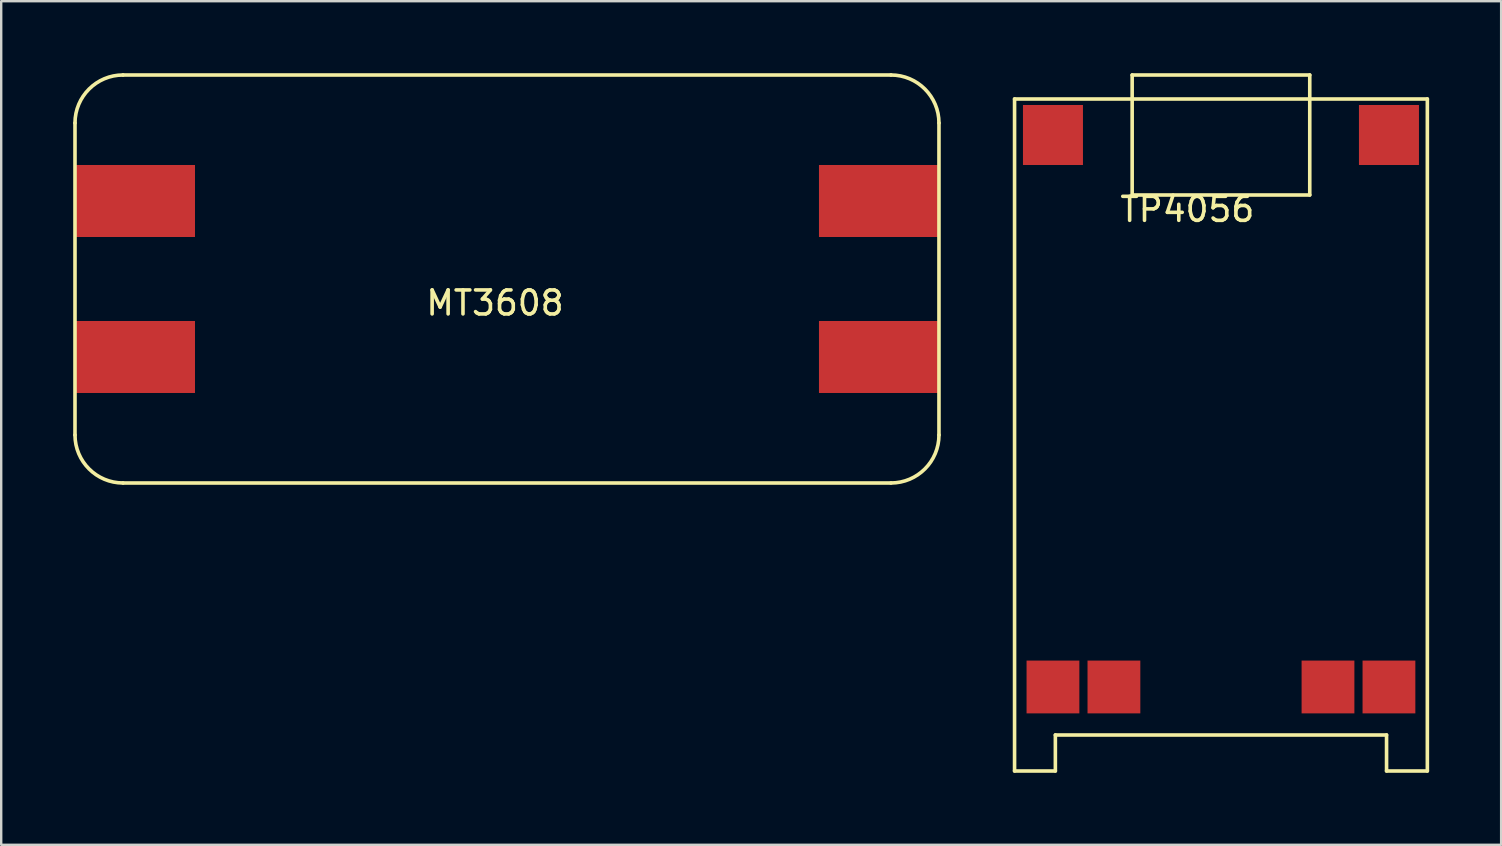
<source format=kicad_pcb>
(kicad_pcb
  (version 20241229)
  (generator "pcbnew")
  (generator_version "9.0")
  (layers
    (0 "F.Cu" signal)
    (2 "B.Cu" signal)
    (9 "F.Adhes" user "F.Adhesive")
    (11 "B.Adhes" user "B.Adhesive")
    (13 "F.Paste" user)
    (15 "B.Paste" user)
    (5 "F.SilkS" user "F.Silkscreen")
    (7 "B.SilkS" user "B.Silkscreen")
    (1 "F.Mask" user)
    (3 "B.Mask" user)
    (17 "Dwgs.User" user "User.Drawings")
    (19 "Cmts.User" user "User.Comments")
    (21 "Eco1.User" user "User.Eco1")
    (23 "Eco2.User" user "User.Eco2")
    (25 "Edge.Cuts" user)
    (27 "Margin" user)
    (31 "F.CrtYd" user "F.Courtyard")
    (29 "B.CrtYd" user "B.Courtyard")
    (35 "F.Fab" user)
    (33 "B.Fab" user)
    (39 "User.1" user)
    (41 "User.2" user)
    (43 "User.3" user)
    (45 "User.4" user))
  (footprint "MT3608"
    (layer "F.Cu")
    (at 18.075 8.575)
    (property "Reference" "MT3608" (at -0.5 1 0) (layer "F.SilkS") (effects (font (size 1 1) (thickness 0.15))))
    (attr through_hole)
    (fp_line (start -18 -6.5) (end -18 6.5) (stroke (width 0.15) (type solid)) (layer "F.SilkS"))
    (fp_line (start -16 8.5) (end 16 8.5) (stroke (width 0.15) (type solid)) (layer "F.SilkS"))
    (fp_line (start 16 -8.5) (end -16 -8.5) (stroke (width 0.15) (type solid)) (layer "F.SilkS"))
    (fp_line (start 18 6.5) (end 18 -6.5) (stroke (width 0.15) (type solid)) (layer "F.SilkS"))
    (fp_arc (start -18 -6.5) (mid -17.414214 -7.914214) (end -16 -8.5) (stroke (width 0.15) (type solid)) (layer "F.SilkS"))
    (fp_arc (start -16 8.5) (mid -17.414214 7.914214) (end -18 6.5) (stroke (width 0.15) (type solid)) (layer "F.SilkS"))
    (fp_arc (start 16 -8.5) (mid 17.414214 -7.914214) (end 18 -6.5) (stroke (width 0.15) (type solid)) (layer "F.SilkS"))
    (fp_arc (start 18 6.5) (mid 17.414214 7.914214) (end 16 8.5) (stroke (width 0.15) (type solid)) (layer "F.SilkS"))
    (pad "1" smd rect (at 15.5 -3.25) (size 5 3) (layers "F.Cu" "F.Mask" "F.Paste"))
    (pad "2" smd rect (at 15.5 3.25) (size 5 3) (layers "F.Cu" "F.Mask" "F.Paste"))
    (pad "3" smd rect (at -15.5 -3.25) (size 5 3) (layers "F.Cu" "F.Mask" "F.Paste"))
    (pad "4" smd rect (at -15.5 3.25) (size 5 3) (layers "F.Cu" "F.Mask" "F.Paste")))
  (footprint "TP4056"
    (layer "F.Cu")
    (at 47.825 2.575)
    (property "Reference" "TP4056" (at -1.4 3.1 0) (layer "F.SilkS") (effects (font (size 1 1) (thickness 0.15))))
    (attr through_hole)
    (fp_line (start -8.6 -1.5) (end 8.6 -1.5) (stroke (width 0.15) (type solid)) (layer "F.SilkS"))
    (fp_line (start -8.6 26.5) (end -8.6 -1.5) (stroke (width 0.15) (type solid)) (layer "F.SilkS"))
    (fp_line (start -6.9 25) (end -6.9 26.5) (stroke (width 0.15) (type solid)) (layer "F.SilkS"))
    (fp_line (start -6.9 26.5) (end -8.6 26.5) (stroke (width 0.15) (type solid)) (layer "F.SilkS"))
    (fp_line (start -3.7 -2.5) (end 3.7 -2.5) (stroke (width 0.15) (type solid)) (layer "F.SilkS"))
    (fp_line (start -3.7 2.5) (end -3.7 -2.5) (stroke (width 0.15) (type solid)) (layer "F.SilkS"))
    (fp_line (start 3.7 -2.5) (end 3.7 -1.5) (stroke (width 0.15) (type solid)) (layer "F.SilkS"))
    (fp_line (start 3.7 -1.5) (end 3.7 2.5) (stroke (width 0.15) (type solid)) (layer "F.SilkS"))
    (fp_line (start 3.7 2.5) (end -3.7 2.5) (stroke (width 0.15) (type solid)) (layer "F.SilkS"))
    (fp_line (start 6.9 25) (end -6.9 25) (stroke (width 0.15) (type solid)) (layer "F.SilkS"))
    (fp_line (start 6.9 26.5) (end 6.9 25) (stroke (width 0.15) (type solid)) (layer "F.SilkS"))
    (fp_line (start 8.6 -1.5) (end 8.6 26.5) (stroke (width 0.15) (type solid)) (layer "F.SilkS"))
    (fp_line (start 8.6 26.5) (end 6.9 26.5) (stroke (width 0.15) (type solid)) (layer "F.SilkS"))
    (pad "1" smd rect (at 7 0) (size 2.5 2.5) (layers "F.Cu" "F.Mask" "F.Paste"))
    (pad "2" smd rect (at -7 0) (size 2.5 2.5) (layers "F.Cu" "F.Mask" "F.Paste"))
    (pad "3" smd rect (at 7 23) (size 2.2 2.2) (layers "F.Cu" "F.Mask" "F.Paste"))
    (pad "4" smd rect (at -7 23) (size 2.2 2.2) (layers "F.Cu" "F.Mask" "F.Paste"))
    (pad "5" smd rect (at 4.46 23) (size 2.2 2.2) (layers "F.Cu" "F.Mask" "F.Paste"))
    (pad "6" smd rect (at -4.46 23) (size 2.2 2.2) (layers "F.Cu" "F.Mask" "F.Paste")))
  (gr_rect
    (start -3 -3)
    (end 59.5 32.15)
    (stroke (width 0.1) (type default))
    (fill no)
    (layer "Edge.Cuts")))
</source>
